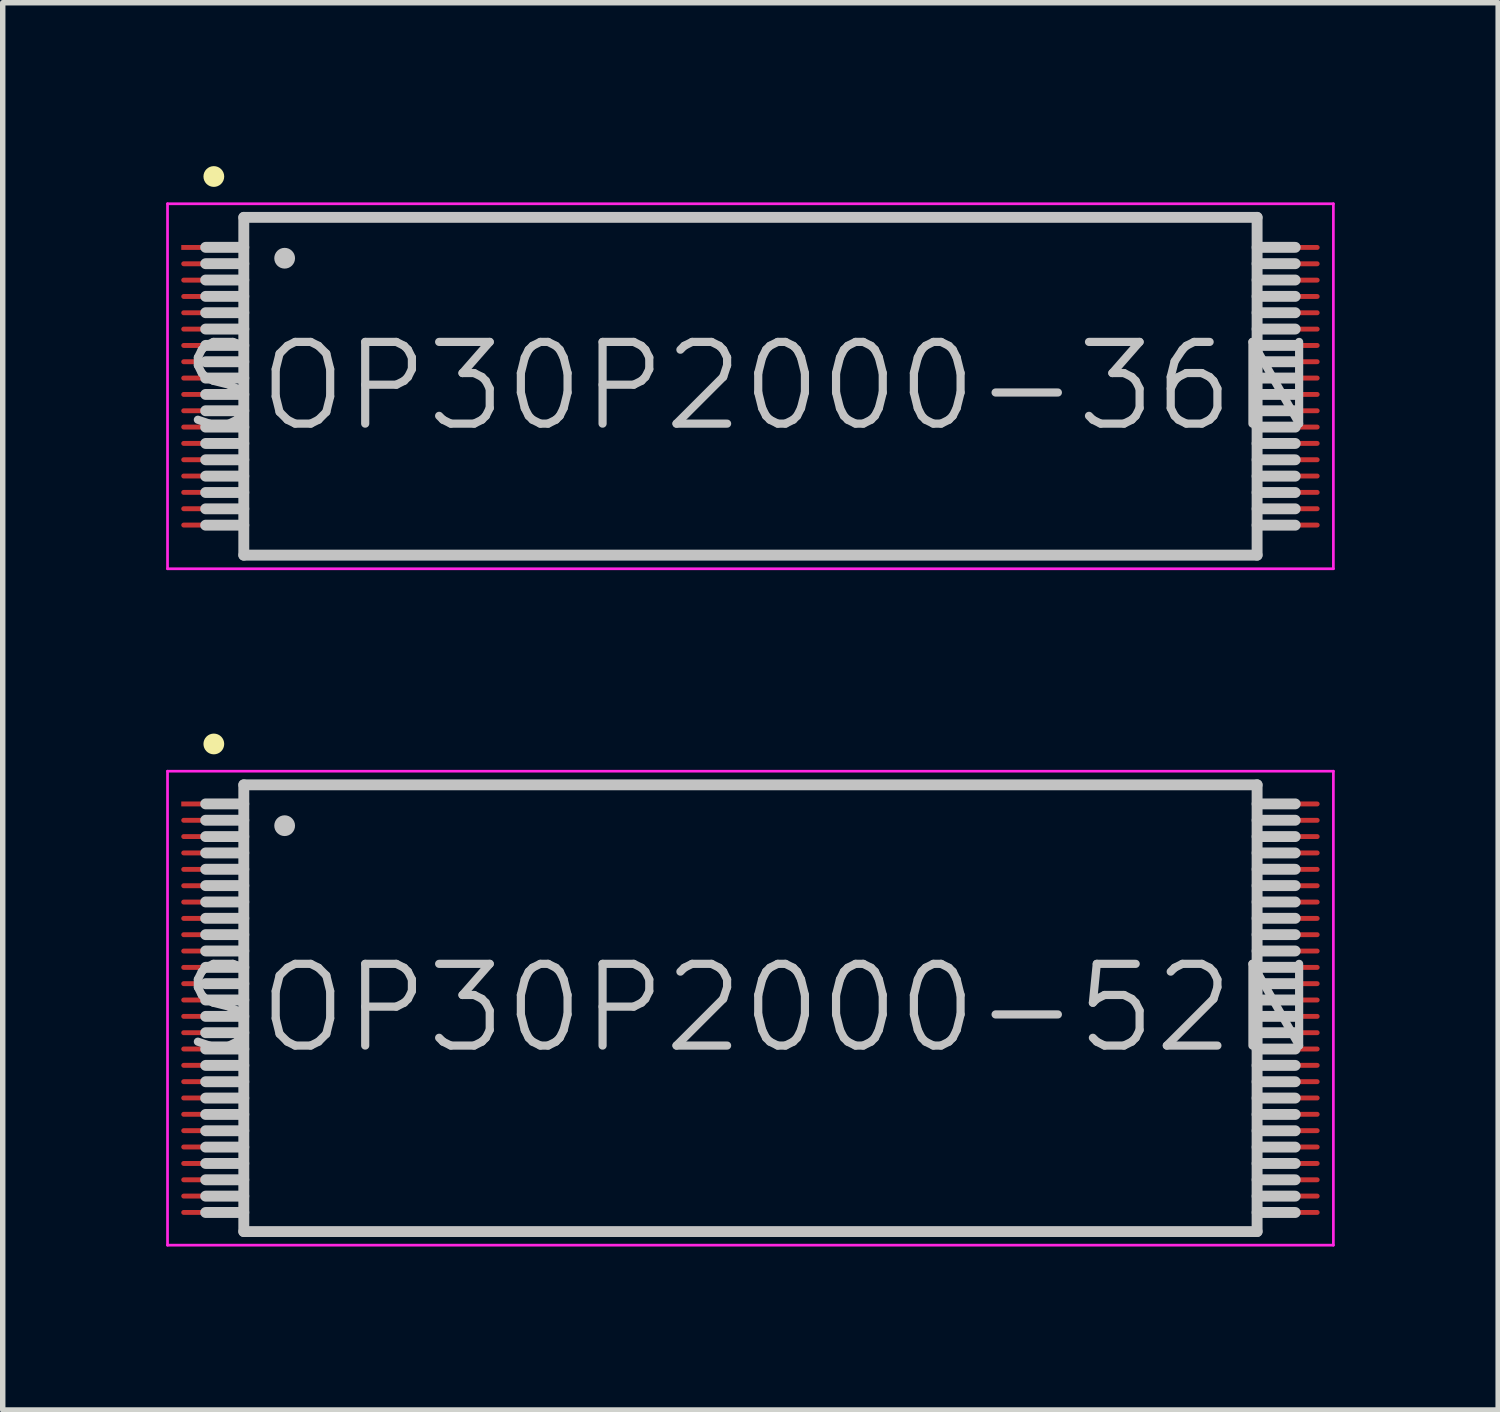
<source format=kicad_pcb>
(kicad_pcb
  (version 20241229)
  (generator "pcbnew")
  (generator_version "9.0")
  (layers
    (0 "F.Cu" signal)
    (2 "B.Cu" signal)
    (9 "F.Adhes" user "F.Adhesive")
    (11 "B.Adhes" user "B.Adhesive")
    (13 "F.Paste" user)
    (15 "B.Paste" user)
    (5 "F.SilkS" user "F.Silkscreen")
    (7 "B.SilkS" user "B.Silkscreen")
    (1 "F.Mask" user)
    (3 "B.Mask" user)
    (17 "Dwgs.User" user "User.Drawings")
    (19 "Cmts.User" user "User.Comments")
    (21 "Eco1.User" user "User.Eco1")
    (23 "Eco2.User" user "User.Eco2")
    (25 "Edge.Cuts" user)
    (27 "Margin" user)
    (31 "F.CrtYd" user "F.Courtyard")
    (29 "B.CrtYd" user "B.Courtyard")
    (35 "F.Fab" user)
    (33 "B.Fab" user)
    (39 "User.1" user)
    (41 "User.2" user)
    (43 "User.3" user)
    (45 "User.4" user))
  (footprint "SOP30P2000-36N"
    (layer "F.Cu")
    (at 10.725 4.04)
    (property "Reference" "SOP30P2000-36N" (at 0 0 0) (layer "Dwgs.User") (effects (font (size 1.5 1.5) (thickness 0.15))))
    (attr smd)
    (fp_line (start -9.85 -3.85) (end -9.85 -3.85) (stroke (width 0.381) (type solid)) (layer "F.SilkS"))
    (fp_line (start -9.3 -3.1) (end -9.3 3.1) (stroke (width 0.2) (type solid)) (layer "Dwgs.User"))
    (fp_line (start -9.3 -3.1) (end 9.3 -3.1) (stroke (width 0.2) (type solid)) (layer "Dwgs.User"))
    (fp_line (start -9.3 -2.55) (end -10 -2.55) (stroke (width 0.2) (type solid)) (layer "Dwgs.User"))
    (fp_line (start -9.3 -2.25) (end -10 -2.25) (stroke (width 0.2) (type solid)) (layer "Dwgs.User"))
    (fp_line (start -9.3 -1.95) (end -10 -1.95) (stroke (width 0.2) (type solid)) (layer "Dwgs.User"))
    (fp_line (start -9.3 -1.65) (end -10 -1.65) (stroke (width 0.2) (type solid)) (layer "Dwgs.User"))
    (fp_line (start -9.3 -1.35) (end -10 -1.35) (stroke (width 0.2) (type solid)) (layer "Dwgs.User"))
    (fp_line (start -9.3 -1.05) (end -10 -1.05) (stroke (width 0.2) (type solid)) (layer "Dwgs.User"))
    (fp_line (start -9.3 -0.75) (end -10 -0.75) (stroke (width 0.2) (type solid)) (layer "Dwgs.User"))
    (fp_line (start -9.3 -0.45) (end -10 -0.45) (stroke (width 0.2) (type solid)) (layer "Dwgs.User"))
    (fp_line (start -9.3 -0.15) (end -10 -0.15) (stroke (width 0.2) (type solid)) (layer "Dwgs.User"))
    (fp_line (start -9.3 0.15) (end -10 0.15) (stroke (width 0.2) (type solid)) (layer "Dwgs.User"))
    (fp_line (start -9.3 0.45) (end -10 0.45) (stroke (width 0.2) (type solid)) (layer "Dwgs.User"))
    (fp_line (start -9.3 0.75) (end -10 0.75) (stroke (width 0.2) (type solid)) (layer "Dwgs.User"))
    (fp_line (start -9.3 1.05) (end -10 1.05) (stroke (width 0.2) (type solid)) (layer "Dwgs.User"))
    (fp_line (start -9.3 1.35) (end -10 1.35) (stroke (width 0.2) (type solid)) (layer "Dwgs.User"))
    (fp_line (start -9.3 1.65) (end -10 1.65) (stroke (width 0.2) (type solid)) (layer "Dwgs.User"))
    (fp_line (start -9.3 1.95) (end -10 1.95) (stroke (width 0.2) (type solid)) (layer "Dwgs.User"))
    (fp_line (start -9.3 2.25) (end -10 2.25) (stroke (width 0.2) (type solid)) (layer "Dwgs.User"))
    (fp_line (start -9.3 2.55) (end -10 2.55) (stroke (width 0.2) (type solid)) (layer "Dwgs.User"))
    (fp_line (start -9.3 3.1) (end 9.3 3.1) (stroke (width 0.2) (type solid)) (layer "Dwgs.User"))
    (fp_line (start -8.55 -2.35) (end -8.55 -2.35) (stroke (width 0.381) (type solid)) (layer "Dwgs.User"))
    (fp_line (start 9.3 -3.1) (end 9.3 3.1) (stroke (width 0.2) (type solid)) (layer "Dwgs.User"))
    (fp_line (start 10 -2.55) (end 9.3 -2.55) (stroke (width 0.2) (type solid)) (layer "Dwgs.User"))
    (fp_line (start 10 -2.25) (end 9.3 -2.25) (stroke (width 0.2) (type solid)) (layer "Dwgs.User"))
    (fp_line (start 10 -1.95) (end 9.3 -1.95) (stroke (width 0.2) (type solid)) (layer "Dwgs.User"))
    (fp_line (start 10 -1.65) (end 9.3 -1.65) (stroke (width 0.2) (type solid)) (layer "Dwgs.User"))
    (fp_line (start 10 -1.35) (end 9.3 -1.35) (stroke (width 0.2) (type solid)) (layer "Dwgs.User"))
    (fp_line (start 10 -1.05) (end 9.3 -1.05) (stroke (width 0.2) (type solid)) (layer "Dwgs.User"))
    (fp_line (start 10 -0.75) (end 9.3 -0.75) (stroke (width 0.2) (type solid)) (layer "Dwgs.User"))
    (fp_line (start 10 -0.45) (end 9.3 -0.45) (stroke (width 0.2) (type solid)) (layer "Dwgs.User"))
    (fp_line (start 10 -0.15) (end 9.3 -0.15) (stroke (width 0.2) (type solid)) (layer "Dwgs.User"))
    (fp_line (start 10 0.15) (end 9.3 0.15) (stroke (width 0.2) (type solid)) (layer "Dwgs.User"))
    (fp_line (start 10 0.45) (end 9.3 0.45) (stroke (width 0.2) (type solid)) (layer "Dwgs.User"))
    (fp_line (start 10 0.75) (end 9.3 0.75) (stroke (width 0.2) (type solid)) (layer "Dwgs.User"))
    (fp_line (start 10 1.05) (end 9.3 1.05) (stroke (width 0.2) (type solid)) (layer "Dwgs.User"))
    (fp_line (start 10 1.35) (end 9.3 1.35) (stroke (width 0.2) (type solid)) (layer "Dwgs.User"))
    (fp_line (start 10 1.65) (end 9.3 1.65) (stroke (width 0.2) (type solid)) (layer "Dwgs.User"))
    (fp_line (start 10 1.95) (end 9.3 1.95) (stroke (width 0.2) (type solid)) (layer "Dwgs.User"))
    (fp_line (start 10 2.25) (end 9.3 2.25) (stroke (width 0.2) (type solid)) (layer "Dwgs.User"))
    (fp_line (start 10 2.55) (end 9.3 2.55) (stroke (width 0.2) (type solid)) (layer "Dwgs.User"))
    (fp_line (start -10.7 -3.35) (end -10.7 3.35) (stroke (width 0.05) (type solid)) (layer "F.CrtYd"))
    (fp_line (start -10.7 -3.35) (end 10.7 -3.35) (stroke (width 0.05) (type solid)) (layer "F.CrtYd"))
    (fp_line (start -10.7 3.35) (end 10.7 3.35) (stroke (width 0.05) (type solid)) (layer "F.CrtYd"))
    (fp_line (start 10.7 -3.35) (end 10.7 3.35) (stroke (width 0.05) (type solid)) (layer "F.CrtYd"))
    (pad "1" smd rect (at -9.848 -2.548 90) (size 0.09 1.2) (layers "F.Cu" "F.Mask" "F.Paste"))
    (pad "2" smd oval (at -9.848 -2.248 90) (size 0.09 1.2) (layers "F.Cu" "F.Mask" "F.Paste"))
    (pad "3" smd oval (at -9.848 -1.948 90) (size 0.09 1.2) (layers "F.Cu" "F.Mask" "F.Paste"))
    (pad "4" smd oval (at -9.848 -1.648 90) (size 0.09 1.2) (layers "F.Cu" "F.Mask" "F.Paste"))
    (pad "5" smd oval (at -9.848 -1.349 90) (size 0.09 1.2) (layers "F.Cu" "F.Mask" "F.Paste"))
    (pad "6" smd oval (at -9.848 -1.049 90) (size 0.09 1.2) (layers "F.Cu" "F.Mask" "F.Paste"))
    (pad "7" smd oval (at -9.848 -0.749 90) (size 0.09 1.2) (layers "F.Cu" "F.Mask" "F.Paste"))
    (pad "8" smd oval (at -9.848 -0.45 90) (size 0.09 1.2) (layers "F.Cu" "F.Mask" "F.Paste"))
    (pad "9" smd oval (at -9.848 -0.15 90) (size 0.09 1.2) (layers "F.Cu" "F.Mask" "F.Paste"))
    (pad "10" smd oval (at -9.848 0.15 90) (size 0.09 1.2) (layers "F.Cu" "F.Mask" "F.Paste"))
    (pad "11" smd oval (at -9.848 0.45 90) (size 0.09 1.2) (layers "F.Cu" "F.Mask" "F.Paste"))
    (pad "12" smd oval (at -9.848 0.749 90) (size 0.09 1.2) (layers "F.Cu" "F.Mask" "F.Paste"))
    (pad "13" smd oval (at -9.848 1.049 90) (size 0.09 1.2) (layers "F.Cu" "F.Mask" "F.Paste"))
    (pad "14" smd oval (at -9.848 1.349 90) (size 0.09 1.2) (layers "F.Cu" "F.Mask" "F.Paste"))
    (pad "15" smd oval (at -9.848 1.648 90) (size 0.09 1.2) (layers "F.Cu" "F.Mask" "F.Paste"))
    (pad "16" smd oval (at -9.848 1.948 90) (size 0.09 1.2) (layers "F.Cu" "F.Mask" "F.Paste"))
    (pad "17" smd oval (at -9.848 2.248 90) (size 0.09 1.2) (layers "F.Cu" "F.Mask" "F.Paste"))
    (pad "18" smd oval (at -9.848 2.548 90) (size 0.09 1.2) (layers "F.Cu" "F.Mask" "F.Paste"))
    (pad "19" smd oval (at 9.848 2.548 270) (size 0.09 1.2) (layers "F.Cu" "F.Mask" "F.Paste"))
    (pad "20" smd oval (at 9.848 2.248 270) (size 0.09 1.2) (layers "F.Cu" "F.Mask" "F.Paste"))
    (pad "21" smd oval (at 9.848 1.948 270) (size 0.09 1.2) (layers "F.Cu" "F.Mask" "F.Paste"))
    (pad "22" smd oval (at 9.848 1.648 270) (size 0.09 1.2) (layers "F.Cu" "F.Mask" "F.Paste"))
    (pad "23" smd oval (at 9.848 1.349 270) (size 0.09 1.2) (layers "F.Cu" "F.Mask" "F.Paste"))
    (pad "24" smd oval (at 9.848 1.049 270) (size 0.09 1.2) (layers "F.Cu" "F.Mask" "F.Paste"))
    (pad "25" smd oval (at 9.848 0.749 270) (size 0.09 1.2) (layers "F.Cu" "F.Mask" "F.Paste"))
    (pad "26" smd oval (at 9.848 0.45 270) (size 0.09 1.2) (layers "F.Cu" "F.Mask" "F.Paste"))
    (pad "27" smd oval (at 9.848 0.15 270) (size 0.09 1.2) (layers "F.Cu" "F.Mask" "F.Paste"))
    (pad "28" smd oval (at 9.848 -0.15 270) (size 0.09 1.2) (layers "F.Cu" "F.Mask" "F.Paste"))
    (pad "29" smd oval (at 9.848 -0.45 270) (size 0.09 1.2) (layers "F.Cu" "F.Mask" "F.Paste"))
    (pad "30" smd oval (at 9.848 -0.749 270) (size 0.09 1.2) (layers "F.Cu" "F.Mask" "F.Paste"))
    (pad "31" smd oval (at 9.848 -1.049 270) (size 0.09 1.2) (layers "F.Cu" "F.Mask" "F.Paste"))
    (pad "32" smd oval (at 9.848 -1.349 270) (size 0.09 1.2) (layers "F.Cu" "F.Mask" "F.Paste"))
    (pad "33" smd oval (at 9.848 -1.648 270) (size 0.09 1.2) (layers "F.Cu" "F.Mask" "F.Paste"))
    (pad "34" smd oval (at 9.848 -1.948 270) (size 0.09 1.2) (layers "F.Cu" "F.Mask" "F.Paste"))
    (pad "35" smd oval (at 9.848 -2.248 270) (size 0.09 1.2) (layers "F.Cu" "F.Mask" "F.Paste"))
    (pad "36" smd oval (at 9.848 -2.548 270) (size 0.09 1.2) (layers "F.Cu" "F.Mask" "F.Paste")))
  (footprint "SOP30P2000-52N"
    (layer "F.Cu")
    (at 10.725 15.456)
    (property "Reference" "SOP30P2000-52N" (at 0 0 0) (layer "Dwgs.User") (effects (font (size 1.5 1.5) (thickness 0.15))))
    (attr smd)
    (fp_line (start -9.85 -4.85) (end -9.85 -4.85) (stroke (width 0.381) (type solid)) (layer "F.SilkS"))
    (fp_line (start -9.3 -4.1) (end -9.3 4.1) (stroke (width 0.2) (type solid)) (layer "Dwgs.User"))
    (fp_line (start -9.3 -4.1) (end 9.3 -4.1) (stroke (width 0.2) (type solid)) (layer "Dwgs.User"))
    (fp_line (start -9.3 -3.75) (end -10 -3.75) (stroke (width 0.2) (type solid)) (layer "Dwgs.User"))
    (fp_line (start -9.3 -3.45) (end -10 -3.45) (stroke (width 0.2) (type solid)) (layer "Dwgs.User"))
    (fp_line (start -9.3 -3.15) (end -10 -3.15) (stroke (width 0.2) (type solid)) (layer "Dwgs.User"))
    (fp_line (start -9.3 -2.85) (end -10 -2.85) (stroke (width 0.2) (type solid)) (layer "Dwgs.User"))
    (fp_line (start -9.3 -2.55) (end -10 -2.55) (stroke (width 0.2) (type solid)) (layer "Dwgs.User"))
    (fp_line (start -9.3 -2.25) (end -10 -2.25) (stroke (width 0.2) (type solid)) (layer "Dwgs.User"))
    (fp_line (start -9.3 -1.95) (end -10 -1.95) (stroke (width 0.2) (type solid)) (layer "Dwgs.User"))
    (fp_line (start -9.3 -1.65) (end -10 -1.65) (stroke (width 0.2) (type solid)) (layer "Dwgs.User"))
    (fp_line (start -9.3 -1.35) (end -10 -1.35) (stroke (width 0.2) (type solid)) (layer "Dwgs.User"))
    (fp_line (start -9.3 -1.05) (end -10 -1.05) (stroke (width 0.2) (type solid)) (layer "Dwgs.User"))
    (fp_line (start -9.3 -0.75) (end -10 -0.75) (stroke (width 0.2) (type solid)) (layer "Dwgs.User"))
    (fp_line (start -9.3 -0.45) (end -10 -0.45) (stroke (width 0.2) (type solid)) (layer "Dwgs.User"))
    (fp_line (start -9.3 -0.15) (end -10 -0.15) (stroke (width 0.2) (type solid)) (layer "Dwgs.User"))
    (fp_line (start -9.3 0.15) (end -10 0.15) (stroke (width 0.2) (type solid)) (layer "Dwgs.User"))
    (fp_line (start -9.3 0.45) (end -10 0.45) (stroke (width 0.2) (type solid)) (layer "Dwgs.User"))
    (fp_line (start -9.3 0.75) (end -10 0.75) (stroke (width 0.2) (type solid)) (layer "Dwgs.User"))
    (fp_line (start -9.3 1.05) (end -10 1.05) (stroke (width 0.2) (type solid)) (layer "Dwgs.User"))
    (fp_line (start -9.3 1.35) (end -10 1.35) (stroke (width 0.2) (type solid)) (layer "Dwgs.User"))
    (fp_line (start -9.3 1.65) (end -10 1.65) (stroke (width 0.2) (type solid)) (layer "Dwgs.User"))
    (fp_line (start -9.3 1.95) (end -10 1.95) (stroke (width 0.2) (type solid)) (layer "Dwgs.User"))
    (fp_line (start -9.3 2.25) (end -10 2.25) (stroke (width 0.2) (type solid)) (layer "Dwgs.User"))
    (fp_line (start -9.3 2.55) (end -10 2.55) (stroke (width 0.2) (type solid)) (layer "Dwgs.User"))
    (fp_line (start -9.3 2.85) (end -10 2.85) (stroke (width 0.2) (type solid)) (layer "Dwgs.User"))
    (fp_line (start -9.3 3.15) (end -10 3.15) (stroke (width 0.2) (type solid)) (layer "Dwgs.User"))
    (fp_line (start -9.3 3.45) (end -10 3.45) (stroke (width 0.2) (type solid)) (layer "Dwgs.User"))
    (fp_line (start -9.3 3.75) (end -10 3.75) (stroke (width 0.2) (type solid)) (layer "Dwgs.User"))
    (fp_line (start -9.3 4.1) (end 9.3 4.1) (stroke (width 0.2) (type solid)) (layer "Dwgs.User"))
    (fp_line (start -8.55 -3.35) (end -8.55 -3.35) (stroke (width 0.381) (type solid)) (layer "Dwgs.User"))
    (fp_line (start 9.3 -4.1) (end 9.3 4.1) (stroke (width 0.2) (type solid)) (layer "Dwgs.User"))
    (fp_line (start 10 -3.75) (end 9.3 -3.75) (stroke (width 0.2) (type solid)) (layer "Dwgs.User"))
    (fp_line (start 10 -3.45) (end 9.3 -3.45) (stroke (width 0.2) (type solid)) (layer "Dwgs.User"))
    (fp_line (start 10 -3.15) (end 9.3 -3.15) (stroke (width 0.2) (type solid)) (layer "Dwgs.User"))
    (fp_line (start 10 -2.85) (end 9.3 -2.85) (stroke (width 0.2) (type solid)) (layer "Dwgs.User"))
    (fp_line (start 10 -2.55) (end 9.3 -2.55) (stroke (width 0.2) (type solid)) (layer "Dwgs.User"))
    (fp_line (start 10 -2.25) (end 9.3 -2.25) (stroke (width 0.2) (type solid)) (layer "Dwgs.User"))
    (fp_line (start 10 -1.95) (end 9.3 -1.95) (stroke (width 0.2) (type solid)) (layer "Dwgs.User"))
    (fp_line (start 10 -1.65) (end 9.3 -1.65) (stroke (width 0.2) (type solid)) (layer "Dwgs.User"))
    (fp_line (start 10 -1.35) (end 9.3 -1.35) (stroke (width 0.2) (type solid)) (layer "Dwgs.User"))
    (fp_line (start 10 -1.05) (end 9.3 -1.05) (stroke (width 0.2) (type solid)) (layer "Dwgs.User"))
    (fp_line (start 10 -0.75) (end 9.3 -0.75) (stroke (width 0.2) (type solid)) (layer "Dwgs.User"))
    (fp_line (start 10 -0.45) (end 9.3 -0.45) (stroke (width 0.2) (type solid)) (layer "Dwgs.User"))
    (fp_line (start 10 -0.15) (end 9.3 -0.15) (stroke (width 0.2) (type solid)) (layer "Dwgs.User"))
    (fp_line (start 10 0.15) (end 9.3 0.15) (stroke (width 0.2) (type solid)) (layer "Dwgs.User"))
    (fp_line (start 10 0.45) (end 9.3 0.45) (stroke (width 0.2) (type solid)) (layer "Dwgs.User"))
    (fp_line (start 10 0.75) (end 9.3 0.75) (stroke (width 0.2) (type solid)) (layer "Dwgs.User"))
    (fp_line (start 10 1.05) (end 9.3 1.05) (stroke (width 0.2) (type solid)) (layer "Dwgs.User"))
    (fp_line (start 10 1.35) (end 9.3 1.35) (stroke (width 0.2) (type solid)) (layer "Dwgs.User"))
    (fp_line (start 10 1.65) (end 9.3 1.65) (stroke (width 0.2) (type solid)) (layer "Dwgs.User"))
    (fp_line (start 10 1.95) (end 9.3 1.95) (stroke (width 0.2) (type solid)) (layer "Dwgs.User"))
    (fp_line (start 10 2.25) (end 9.3 2.25) (stroke (width 0.2) (type solid)) (layer "Dwgs.User"))
    (fp_line (start 10 2.55) (end 9.3 2.55) (stroke (width 0.2) (type solid)) (layer "Dwgs.User"))
    (fp_line (start 10 2.85) (end 9.3 2.85) (stroke (width 0.2) (type solid)) (layer "Dwgs.User"))
    (fp_line (start 10 3.15) (end 9.3 3.15) (stroke (width 0.2) (type solid)) (layer "Dwgs.User"))
    (fp_line (start 10 3.45) (end 9.3 3.45) (stroke (width 0.2) (type solid)) (layer "Dwgs.User"))
    (fp_line (start 10 3.75) (end 9.3 3.75) (stroke (width 0.2) (type solid)) (layer "Dwgs.User"))
    (fp_line (start -10.7 -4.35) (end -10.7 4.35) (stroke (width 0.05) (type solid)) (layer "F.CrtYd"))
    (fp_line (start -10.7 -4.35) (end 10.7 -4.35) (stroke (width 0.05) (type solid)) (layer "F.CrtYd"))
    (fp_line (start -10.7 4.35) (end 10.7 4.35) (stroke (width 0.05) (type solid)) (layer "F.CrtYd"))
    (fp_line (start 10.7 -4.35) (end 10.7 4.35) (stroke (width 0.05) (type solid)) (layer "F.CrtYd"))
    (pad "1" smd rect (at -9.848 -3.749 90) (size 0.09 1.2) (layers "F.Cu" "F.Mask" "F.Paste"))
    (pad "2" smd oval (at -9.848 -3.449 90) (size 0.09 1.2) (layers "F.Cu" "F.Mask" "F.Paste"))
    (pad "3" smd oval (at -9.848 -3.15 90) (size 0.09 1.2) (layers "F.Cu" "F.Mask" "F.Paste"))
    (pad "4" smd oval (at -9.848 -2.85 90) (size 0.09 1.2) (layers "F.Cu" "F.Mask" "F.Paste"))
    (pad "5" smd oval (at -9.848 -2.548 90) (size 0.09 1.2) (layers "F.Cu" "F.Mask" "F.Paste"))
    (pad "6" smd oval (at -9.848 -2.248 90) (size 0.09 1.2) (layers "F.Cu" "F.Mask" "F.Paste"))
    (pad "7" smd oval (at -9.848 -1.948 90) (size 0.09 1.2) (layers "F.Cu" "F.Mask" "F.Paste"))
    (pad "8" smd oval (at -9.848 -1.648 90) (size 0.09 1.2) (layers "F.Cu" "F.Mask" "F.Paste"))
    (pad "9" smd oval (at -9.848 -1.349 90) (size 0.09 1.2) (layers "F.Cu" "F.Mask" "F.Paste"))
    (pad "10" smd oval (at -9.848 -1.049 90) (size 0.09 1.2) (layers "F.Cu" "F.Mask" "F.Paste"))
    (pad "11" smd oval (at -9.848 -0.749 90) (size 0.09 1.2) (layers "F.Cu" "F.Mask" "F.Paste"))
    (pad "12" smd oval (at -9.848 -0.45 90) (size 0.09 1.2) (layers "F.Cu" "F.Mask" "F.Paste"))
    (pad "13" smd oval (at -9.848 -0.15 90) (size 0.09 1.2) (layers "F.Cu" "F.Mask" "F.Paste"))
    (pad "14" smd oval (at -9.848 0.15 90) (size 0.09 1.2) (layers "F.Cu" "F.Mask" "F.Paste"))
    (pad "15" smd oval (at -9.848 0.45 90) (size 0.09 1.2) (layers "F.Cu" "F.Mask" "F.Paste"))
    (pad "16" smd oval (at -9.848 0.749 90) (size 0.09 1.2) (layers "F.Cu" "F.Mask" "F.Paste"))
    (pad "17" smd oval (at -9.848 1.049 90) (size 0.09 1.2) (layers "F.Cu" "F.Mask" "F.Paste"))
    (pad "18" smd oval (at -9.848 1.349 90) (size 0.09 1.2) (layers "F.Cu" "F.Mask" "F.Paste"))
    (pad "19" smd oval (at -9.848 1.648 90) (size 0.09 1.2) (layers "F.Cu" "F.Mask" "F.Paste"))
    (pad "20" smd oval (at -9.848 1.948 90) (size 0.09 1.2) (layers "F.Cu" "F.Mask" "F.Paste"))
    (pad "21" smd oval (at -9.848 2.248 90) (size 0.09 1.2) (layers "F.Cu" "F.Mask" "F.Paste"))
    (pad "22" smd oval (at -9.848 2.548 90) (size 0.09 1.2) (layers "F.Cu" "F.Mask" "F.Paste"))
    (pad "23" smd oval (at -9.848 2.85 90) (size 0.09 1.2) (layers "F.Cu" "F.Mask" "F.Paste"))
    (pad "24" smd oval (at -9.848 3.15 90) (size 0.09 1.2) (layers "F.Cu" "F.Mask" "F.Paste"))
    (pad "25" smd oval (at -9.848 3.449 90) (size 0.09 1.2) (layers "F.Cu" "F.Mask" "F.Paste"))
    (pad "26" smd oval (at -9.848 3.749 90) (size 0.09 1.2) (layers "F.Cu" "F.Mask" "F.Paste"))
    (pad "27" smd oval (at 9.848 3.749 270) (size 0.09 1.2) (layers "F.Cu" "F.Mask" "F.Paste"))
    (pad "28" smd oval (at 9.848 3.449 270) (size 0.09 1.2) (layers "F.Cu" "F.Mask" "F.Paste"))
    (pad "29" smd oval (at 9.848 3.15 270) (size 0.09 1.2) (layers "F.Cu" "F.Mask" "F.Paste"))
    (pad "30" smd oval (at 9.848 2.85 270) (size 0.09 1.2) (layers "F.Cu" "F.Mask" "F.Paste"))
    (pad "31" smd oval (at 9.848 2.548 270) (size 0.09 1.2) (layers "F.Cu" "F.Mask" "F.Paste"))
    (pad "32" smd oval (at 9.848 2.248 270) (size 0.09 1.2) (layers "F.Cu" "F.Mask" "F.Paste"))
    (pad "33" smd oval (at 9.848 1.948 270) (size 0.09 1.2) (layers "F.Cu" "F.Mask" "F.Paste"))
    (pad "34" smd oval (at 9.848 1.648 270) (size 0.09 1.2) (layers "F.Cu" "F.Mask" "F.Paste"))
    (pad "35" smd oval (at 9.848 1.349 270) (size 0.09 1.2) (layers "F.Cu" "F.Mask" "F.Paste"))
    (pad "36" smd oval (at 9.848 1.049 270) (size 0.09 1.2) (layers "F.Cu" "F.Mask" "F.Paste"))
    (pad "37" smd oval (at 9.848 0.749 270) (size 0.09 1.2) (layers "F.Cu" "F.Mask" "F.Paste"))
    (pad "38" smd oval (at 9.848 0.45 270) (size 0.09 1.2) (layers "F.Cu" "F.Mask" "F.Paste"))
    (pad "39" smd oval (at 9.848 0.15 270) (size 0.09 1.2) (layers "F.Cu" "F.Mask" "F.Paste"))
    (pad "40" smd oval (at 9.848 -0.15 270) (size 0.09 1.2) (layers "F.Cu" "F.Mask" "F.Paste"))
    (pad "41" smd oval (at 9.848 -0.45 270) (size 0.09 1.2) (layers "F.Cu" "F.Mask" "F.Paste"))
    (pad "42" smd oval (at 9.848 -0.749 270) (size 0.09 1.2) (layers "F.Cu" "F.Mask" "F.Paste"))
    (pad "43" smd oval (at 9.848 -1.049 270) (size 0.09 1.2) (layers "F.Cu" "F.Mask" "F.Paste"))
    (pad "44" smd oval (at 9.848 -1.349 270) (size 0.09 1.2) (layers "F.Cu" "F.Mask" "F.Paste"))
    (pad "45" smd oval (at 9.848 -1.648 270) (size 0.09 1.2) (layers "F.Cu" "F.Mask" "F.Paste"))
    (pad "46" smd oval (at 9.848 -1.948 270) (size 0.09 1.2) (layers "F.Cu" "F.Mask" "F.Paste"))
    (pad "47" smd oval (at 9.848 -2.248 270) (size 0.09 1.2) (layers "F.Cu" "F.Mask" "F.Paste"))
    (pad "48" smd oval (at 9.848 -2.548 270) (size 0.09 1.2) (layers "F.Cu" "F.Mask" "F.Paste"))
    (pad "49" smd oval (at 9.848 -2.85 270) (size 0.09 1.2) (layers "F.Cu" "F.Mask" "F.Paste"))
    (pad "50" smd oval (at 9.848 -3.15 270) (size 0.09 1.2) (layers "F.Cu" "F.Mask" "F.Paste"))
    (pad "51" smd oval (at 9.848 -3.449 270) (size 0.09 1.2) (layers "F.Cu" "F.Mask" "F.Paste"))
    (pad "52" smd oval (at 9.848 -3.749 270) (size 0.09 1.2) (layers "F.Cu" "F.Mask" "F.Paste")))
  (gr_rect
    (start -3 -3)
    (end 24.45 22.831)
    (stroke (width 0.1) (type default))
    (fill no)
    (layer "Edge.Cuts")))
</source>
